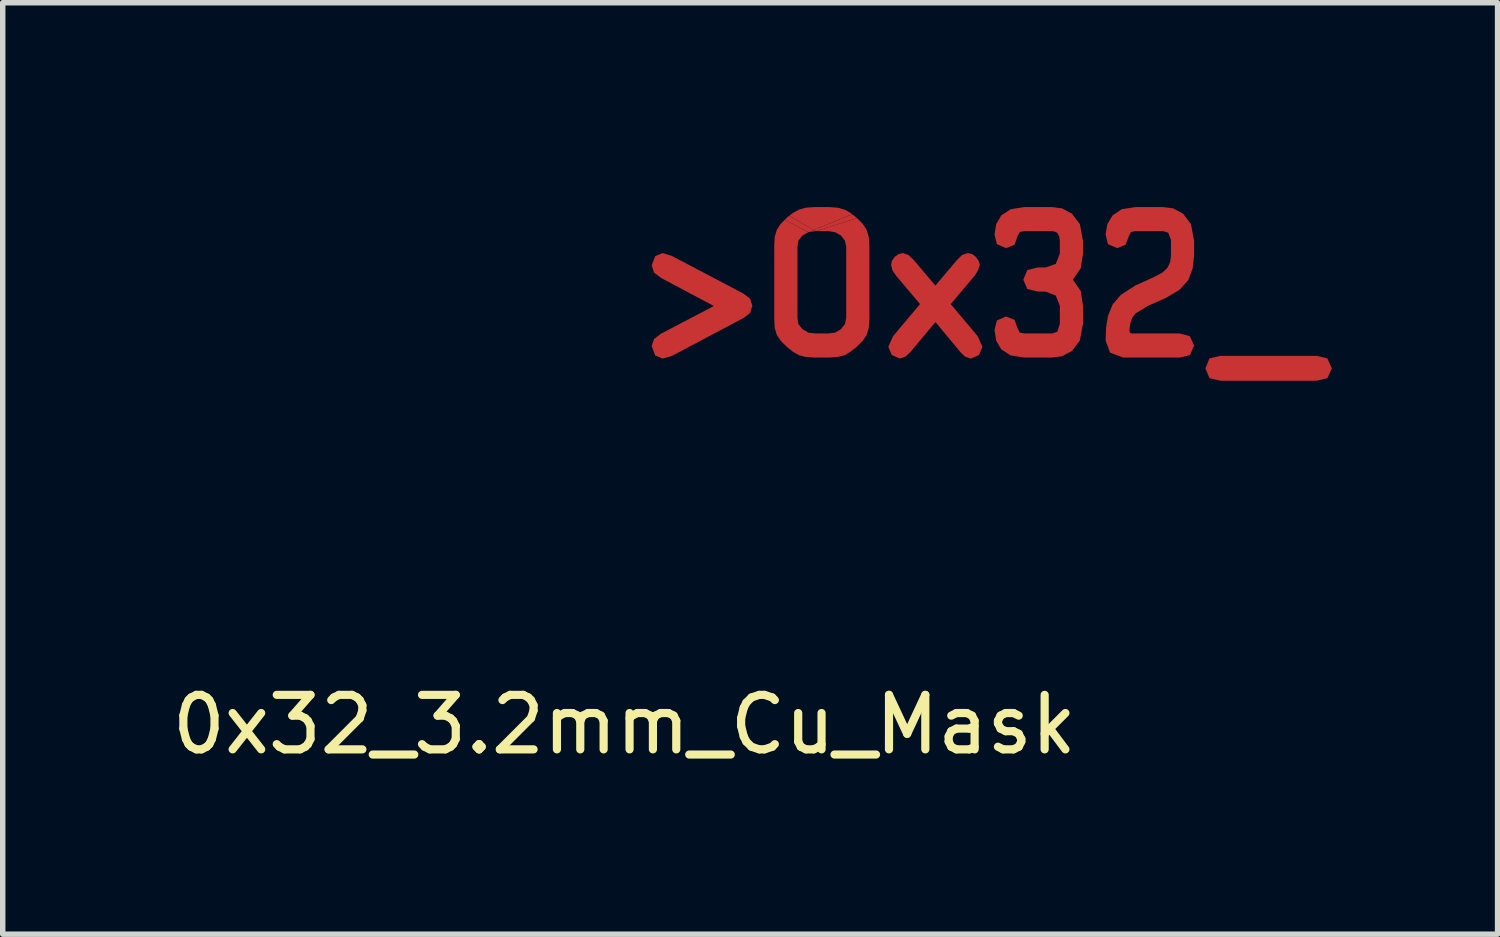
<source format=kicad_pcb>
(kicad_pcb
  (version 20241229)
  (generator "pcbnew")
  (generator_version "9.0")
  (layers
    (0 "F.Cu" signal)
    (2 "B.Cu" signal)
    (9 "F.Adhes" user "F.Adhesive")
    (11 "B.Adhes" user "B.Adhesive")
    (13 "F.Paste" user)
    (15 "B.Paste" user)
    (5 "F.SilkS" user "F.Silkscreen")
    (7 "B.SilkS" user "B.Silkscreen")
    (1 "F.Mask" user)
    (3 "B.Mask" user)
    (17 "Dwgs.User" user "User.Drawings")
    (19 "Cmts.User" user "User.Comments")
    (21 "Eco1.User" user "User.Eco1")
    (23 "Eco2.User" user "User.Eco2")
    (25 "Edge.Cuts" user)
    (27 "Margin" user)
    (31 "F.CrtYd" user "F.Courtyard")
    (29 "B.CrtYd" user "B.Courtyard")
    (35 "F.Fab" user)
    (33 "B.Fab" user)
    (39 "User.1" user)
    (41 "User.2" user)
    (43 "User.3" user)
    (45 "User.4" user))
  (footprint "0x32_3.2mm_Cu_Mask"
    (layer "F.Cu")
    (at 8.411 0.25)
    (property "Reference" "0x32_3.2mm_Cu_Mask" (at 0 10 0) (layer "F.SilkS") (effects (font (size 1 1) (thickness 0.15))))
    (attr through_hole)
    (fp_poly (pts (xy 3.509 0.942) (xy 3.376 0.962) (xy 3.474 0.922)) (stroke (width 0) (type solid)) (fill yes) (layer "F.Cu"))
    (fp_poly (pts (xy 3.376 0.962) (xy 2.945 0.734) (xy 2.978 0.7) (xy 3.026 0.661) (xy 3.474 0.922)) (stroke (width 0) (type solid)) (fill yes) (layer "F.Cu"))
    (fp_poly (pts (xy 4.181 0.631) (xy 4.267 0.7) (xy 4.27 0.703) (xy 3.517 0.942) (xy 3.509 0.942) (xy 3.474 0.922)) (stroke (width 0) (type solid)) (fill yes) (layer "F.Cu"))
    (fp_poly (pts (xy 12.904 3.278) (xy 12.986 3.462) (xy 12.904 3.642) (xy 12.708 3.689) (xy 10.939 3.689) (xy 10.74 3.642) (xy 10.665 3.462) (xy 10.74 3.278) (xy 10.939 3.232) (xy 12.708 3.232)) (stroke (width 0) (type solid)) (fill yes) (layer "F.Cu"))
    (fp_poly (pts (xy 3.026 0.661) (xy 3.095 0.607) (xy 3.204 0.548) (xy 3.325 0.513) (xy 3.482 0.501) (xy 3.767 0.501) (xy 3.919 0.513) (xy 4.044 0.548) (xy 4.15 0.607) (xy 4.181 0.631) (xy 3.474 0.922)) (stroke (width 0) (type solid)) (fill yes) (layer "F.Cu"))
    (fp_poly (pts (xy 0.868 1.396) (xy 2.189 2.091) (xy 2.306 2.181) (xy 2.349 2.314) (xy 2.306 2.446) (xy 2.189 2.536) (xy 0.868 3.235) (xy 0.701 3.282) (xy 0.564 3.224) (xy 0.501 3.052) (xy 0.544 2.923) (xy 0.673 2.825) (xy 1.642 2.317) (xy 0.673 1.802) (xy 0.544 1.704) (xy 0.501 1.571) (xy 0.564 1.403) (xy 0.701 1.345)) (stroke (width 0) (type solid)) (fill yes) (layer "F.Cu"))
    (fp_poly (pts (xy 6.384 1.364) (xy 6.45 1.415) (xy 6.501 1.485) (xy 6.525 1.56) (xy 6.493 1.661) (xy 6.431 1.759) (xy 5.99 2.282) (xy 6.486 2.872) (xy 6.572 3.067) (xy 6.509 3.216) (xy 6.361 3.282) (xy 6.255 3.247) (xy 6.169 3.165) (xy 5.712 2.614) (xy 5.708 2.614) (xy 5.247 3.165) (xy 5.158 3.247) (xy 5.056 3.282) (xy 4.908 3.216) (xy 4.845 3.067) (xy 4.931 2.872) (xy 5.427 2.282) (xy 4.986 1.759) (xy 4.919 1.661) (xy 4.896 1.56) (xy 4.911 1.485) (xy 4.962 1.415) (xy 5.033 1.364) (xy 5.111 1.345) (xy 5.212 1.38) (xy 5.306 1.466) (xy 5.708 1.942) (xy 6.111 1.466) (xy 6.2 1.38) (xy 6.306 1.345)) (stroke (width 0) (type solid)) (fill yes) (layer "F.Cu"))
    (fp_poly (pts (xy 4.376 0.81) (xy 4.447 0.919) (xy 4.486 1.048) (xy 4.497 1.208) (xy 4.497 2.556) (xy 4.486 2.72) (xy 4.447 2.849) (xy 4.376 2.954) (xy 4.267 3.064) (xy 4.15 3.157) (xy 4.044 3.22) (xy 3.919 3.251) (xy 3.767 3.263) (xy 3.482 3.263) (xy 3.325 3.251) (xy 3.204 3.22) (xy 3.095 3.157) (xy 2.978 3.064) (xy 2.868 2.954) (xy 2.798 2.849) (xy 2.759 2.72) (xy 2.751 2.556) (xy 2.751 1.208) (xy 2.759 1.048) (xy 2.798 0.919) (xy 2.868 0.81) (xy 2.945 0.734) (xy 3.376 0.962) (xy 3.271 1.021) (xy 3.193 1.118) (xy 3.177 1.228) (xy 3.177 2.536) (xy 3.193 2.649) (xy 3.271 2.743) (xy 3.376 2.806) (xy 3.509 2.821) (xy 3.74 2.821) (xy 3.868 2.806) (xy 3.974 2.743) (xy 4.048 2.649) (xy 4.072 2.536) (xy 4.072 1.228) (xy 4.048 1.118) (xy 3.974 1.021) (xy 3.868 0.962) (xy 3.74 0.942) (xy 3.517 0.942) (xy 4.27 0.703)) (stroke (width 0) (type solid)) (fill yes) (layer "F.Cu"))
    (fp_poly (pts (xy 10.072 0.524) (xy 10.255 0.622) (xy 10.4 0.814) (xy 10.458 1.126) (xy 10.458 1.396) (xy 10.431 1.626) (xy 10.353 1.837) (xy 10.193 2.017) (xy 9.939 2.169) (xy 9.611 2.314) (xy 9.388 2.45) (xy 9.322 2.532) (xy 9.29 2.626) (xy 9.275 2.712) (xy 9.271 2.763) (xy 9.279 2.81) (xy 9.318 2.821) (xy 10.193 2.821) (xy 10.38 2.872) (xy 10.458 3.044) (xy 10.38 3.22) (xy 10.193 3.263) (xy 9.154 3.263) (xy 8.915 3.173) (xy 8.833 2.95) (xy 8.841 2.724) (xy 8.876 2.501) (xy 8.962 2.29) (xy 9.111 2.114) (xy 9.376 1.942) (xy 9.72 1.786) (xy 9.876 1.704) (xy 9.97 1.614) (xy 10.017 1.513) (xy 10.033 1.396) (xy 10.033 1.103) (xy 9.982 0.97) (xy 9.884 0.942) (xy 9.388 0.942) (xy 9.298 0.958) (xy 9.263 1.028) (xy 9.2 1.192) (xy 9.048 1.255) (xy 8.876 1.181) (xy 8.833 1.005) (xy 8.865 0.814) (xy 8.962 0.653) (xy 9.13 0.54) (xy 9.38 0.501) (xy 9.884 0.501)) (stroke (width 0) (type solid)) (fill yes) (layer "F.Cu"))
    (fp_poly (pts (xy 8.033 0.524) (xy 8.216 0.622) (xy 8.361 0.814) (xy 8.419 1.126) (xy 8.419 1.357) (xy 8.376 1.626) (xy 8.232 1.833) (xy 8.376 2.04) (xy 8.419 2.314) (xy 8.419 2.638) (xy 8.361 2.95) (xy 8.216 3.142) (xy 8.033 3.239) (xy 7.845 3.263) (xy 7.341 3.263) (xy 7.091 3.224) (xy 6.919 3.114) (xy 6.825 2.954) (xy 6.794 2.755) (xy 6.837 2.583) (xy 7.005 2.509) (xy 7.161 2.571) (xy 7.22 2.732) (xy 7.259 2.806) (xy 7.349 2.821) (xy 7.853 2.821) (xy 7.947 2.79) (xy 7.993 2.642) (xy 7.993 2.314) (xy 7.919 2.126) (xy 7.732 2.052) (xy 7.587 2.052) (xy 7.396 2.005) (xy 7.322 1.833) (xy 7.396 1.657) (xy 7.587 1.61) (xy 7.732 1.61) (xy 7.919 1.544) (xy 7.993 1.357) (xy 7.993 1.114) (xy 7.978 1.028) (xy 7.943 0.97) (xy 7.892 0.95) (xy 7.845 0.942) (xy 7.349 0.942) (xy 7.259 0.958) (xy 7.22 1.028) (xy 7.161 1.192) (xy 7.005 1.255) (xy 6.837 1.181) (xy 6.794 1.005) (xy 6.825 0.814) (xy 6.919 0.653) (xy 7.091 0.54) (xy 7.341 0.501) (xy 7.845 0.501)) (stroke (width 0) (type solid)) (fill yes) (layer "F.Cu"))
    (fp_poly (pts (xy 3.521 0.931) (xy 3.388 0.95) (xy 3.486 0.91)) (stroke (width 0) (type solid)) (fill yes) (layer "F.Mask"))
    (fp_poly (pts (xy 3.388 0.95) (xy 2.954 0.723) (xy 2.99 0.689) (xy 3.036 0.65) (xy 3.486 0.91)) (stroke (width 0) (type solid)) (fill yes) (layer "F.Mask"))
    (fp_poly (pts (xy 4.194 0.62) (xy 4.283 0.689) (xy 4.286 0.692) (xy 3.53 0.931) (xy 3.521 0.931) (xy 3.486 0.91)) (stroke (width 0) (type solid)) (fill yes) (layer "F.Mask"))
    (fp_poly (pts (xy 12.95 3.274) (xy 13.029 3.462) (xy 12.95 3.642) (xy 12.751 3.689) (xy 10.978 3.689) (xy 10.775 3.642) (xy 10.7 3.462) (xy 10.775 3.274) (xy 10.978 3.232) (xy 12.751 3.232)) (stroke (width 0) (type solid)) (fill yes) (layer "F.Mask"))
    (fp_poly (pts (xy 3.036 0.65) (xy 3.103 0.595) (xy 3.216 0.536) (xy 3.337 0.501) (xy 3.49 0.489) (xy 3.779 0.489) (xy 3.935 0.501) (xy 4.056 0.536) (xy 4.161 0.595) (xy 4.194 0.62) (xy 3.486 0.91)) (stroke (width 0) (type solid)) (fill yes) (layer "F.Mask"))
    (fp_poly (pts (xy 0.868 1.388) (xy 2.197 2.087) (xy 2.31 2.177) (xy 2.353 2.31) (xy 2.31 2.442) (xy 2.197 2.532) (xy 0.868 3.232) (xy 0.701 3.282) (xy 0.564 3.22) (xy 0.501 3.052) (xy 0.544 2.919) (xy 0.673 2.821) (xy 1.646 2.314) (xy 0.673 1.794) (xy 0.544 1.7) (xy 0.501 1.564) (xy 0.564 1.396) (xy 0.701 1.337)) (stroke (width 0) (type solid)) (fill yes) (layer "F.Mask"))
    (fp_poly (pts (xy 6.404 1.357) (xy 6.474 1.407) (xy 6.525 1.478) (xy 6.544 1.552) (xy 6.517 1.653) (xy 6.45 1.751) (xy 6.009 2.274) (xy 6.509 2.868) (xy 6.595 3.064) (xy 6.529 3.216) (xy 6.384 3.282) (xy 6.275 3.247) (xy 6.189 3.161) (xy 5.728 2.61) (xy 5.724 2.61) (xy 5.267 3.161) (xy 5.177 3.247) (xy 5.072 3.282) (xy 4.923 3.216) (xy 4.861 3.064) (xy 4.947 2.868) (xy 5.447 2.274) (xy 5.005 1.751) (xy 4.935 1.653) (xy 4.911 1.552) (xy 4.927 1.478) (xy 4.978 1.407) (xy 5.048 1.357) (xy 5.13 1.337) (xy 5.228 1.372) (xy 5.322 1.458) (xy 5.724 1.939) (xy 6.13 1.458) (xy 6.22 1.372) (xy 6.325 1.337)) (stroke (width 0) (type solid)) (fill yes) (layer "F.Mask"))
    (fp_poly (pts (xy 4.388 0.798) (xy 4.462 0.907) (xy 4.501 1.04) (xy 4.513 1.2) (xy 4.513 2.552) (xy 4.501 2.716) (xy 4.462 2.845) (xy 4.388 2.954) (xy 4.283 3.06) (xy 4.161 3.153) (xy 4.056 3.216) (xy 3.935 3.251) (xy 3.779 3.263) (xy 3.49 3.263) (xy 3.337 3.251) (xy 3.216 3.216) (xy 3.103 3.153) (xy 2.99 3.06) (xy 2.876 2.954) (xy 2.806 2.845) (xy 2.767 2.716) (xy 2.759 2.552) (xy 2.759 1.2) (xy 2.767 1.04) (xy 2.806 0.907) (xy 2.876 0.798) (xy 2.954 0.723) (xy 3.388 0.95) (xy 3.283 1.009) (xy 3.204 1.11) (xy 3.185 1.22) (xy 3.185 2.532) (xy 3.204 2.646) (xy 3.283 2.739) (xy 3.388 2.802) (xy 3.521 2.817) (xy 3.751 2.817) (xy 3.88 2.802) (xy 3.986 2.739) (xy 4.064 2.646) (xy 4.083 2.532) (xy 4.083 1.22) (xy 4.064 1.11) (xy 3.986 1.009) (xy 3.88 0.95) (xy 3.751 0.931) (xy 3.53 0.931) (xy 4.286 0.692)) (stroke (width 0) (type solid)) (fill yes) (layer "F.Mask"))
    (fp_poly (pts (xy 10.103 0.513) (xy 10.29 0.61) (xy 10.435 0.806) (xy 10.493 1.118) (xy 10.493 1.388) (xy 10.466 1.622) (xy 10.388 1.829) (xy 10.228 2.013) (xy 9.97 2.165) (xy 9.646 2.31) (xy 9.419 2.446) (xy 9.353 2.528) (xy 9.322 2.622) (xy 9.306 2.708) (xy 9.302 2.759) (xy 9.31 2.81) (xy 9.349 2.817) (xy 10.228 2.817) (xy 10.419 2.868) (xy 10.493 3.044) (xy 10.419 3.216) (xy 10.228 3.263) (xy 9.185 3.263) (xy 8.943 3.169) (xy 8.865 2.946) (xy 8.872 2.72) (xy 8.908 2.497) (xy 8.99 2.286) (xy 9.142 2.107) (xy 9.408 1.939) (xy 9.751 1.782) (xy 9.911 1.7) (xy 10.005 1.607) (xy 10.052 1.505) (xy 10.064 1.384) (xy 10.064 1.091) (xy 10.013 0.962) (xy 9.919 0.931) (xy 9.423 0.931) (xy 9.329 0.946) (xy 9.294 1.017) (xy 9.232 1.185) (xy 9.075 1.247) (xy 8.908 1.173) (xy 8.865 0.993) (xy 8.892 0.802) (xy 8.99 0.642) (xy 9.161 0.528) (xy 9.411 0.489) (xy 9.919 0.489)) (stroke (width 0) (type solid)) (fill yes) (layer "F.Mask"))
    (fp_poly (pts (xy 8.06 0.513) (xy 8.243 0.61) (xy 8.388 0.806) (xy 8.447 1.118) (xy 8.447 1.349) (xy 8.404 1.622) (xy 8.259 1.825) (xy 8.404 2.032) (xy 8.447 2.31) (xy 8.447 2.634) (xy 8.388 2.946) (xy 8.243 3.138) (xy 8.06 3.235) (xy 7.872 3.263) (xy 7.365 3.263) (xy 7.115 3.22) (xy 6.943 3.114) (xy 6.849 2.95) (xy 6.818 2.751) (xy 6.861 2.579) (xy 7.029 2.501) (xy 7.185 2.567) (xy 7.247 2.732) (xy 7.283 2.806) (xy 7.372 2.817) (xy 7.88 2.817) (xy 7.97 2.786) (xy 8.017 2.638) (xy 8.017 2.31) (xy 7.947 2.118) (xy 7.755 2.044) (xy 7.611 2.044) (xy 7.423 2.001) (xy 7.345 1.825) (xy 7.423 1.649) (xy 7.611 1.603) (xy 7.755 1.603) (xy 7.947 1.536) (xy 8.017 1.349) (xy 8.017 1.107) (xy 8.005 1.017) (xy 7.97 0.962) (xy 7.919 0.939) (xy 7.872 0.931) (xy 7.376 0.931) (xy 7.283 0.946) (xy 7.247 1.017) (xy 7.185 1.185) (xy 7.029 1.247) (xy 6.861 1.173) (xy 6.818 0.993) (xy 6.849 0.802) (xy 6.943 0.642) (xy 7.115 0.528) (xy 7.365 0.489) (xy 7.872 0.489)) (stroke (width 0) (type solid)) (fill yes) (layer "F.Mask")))
  (gr_rect
    (start -3 -3)
    (end 24.439 14.098)
    (stroke (width 0.1) (type default))
    (fill no)
    (layer "Edge.Cuts")))
</source>
